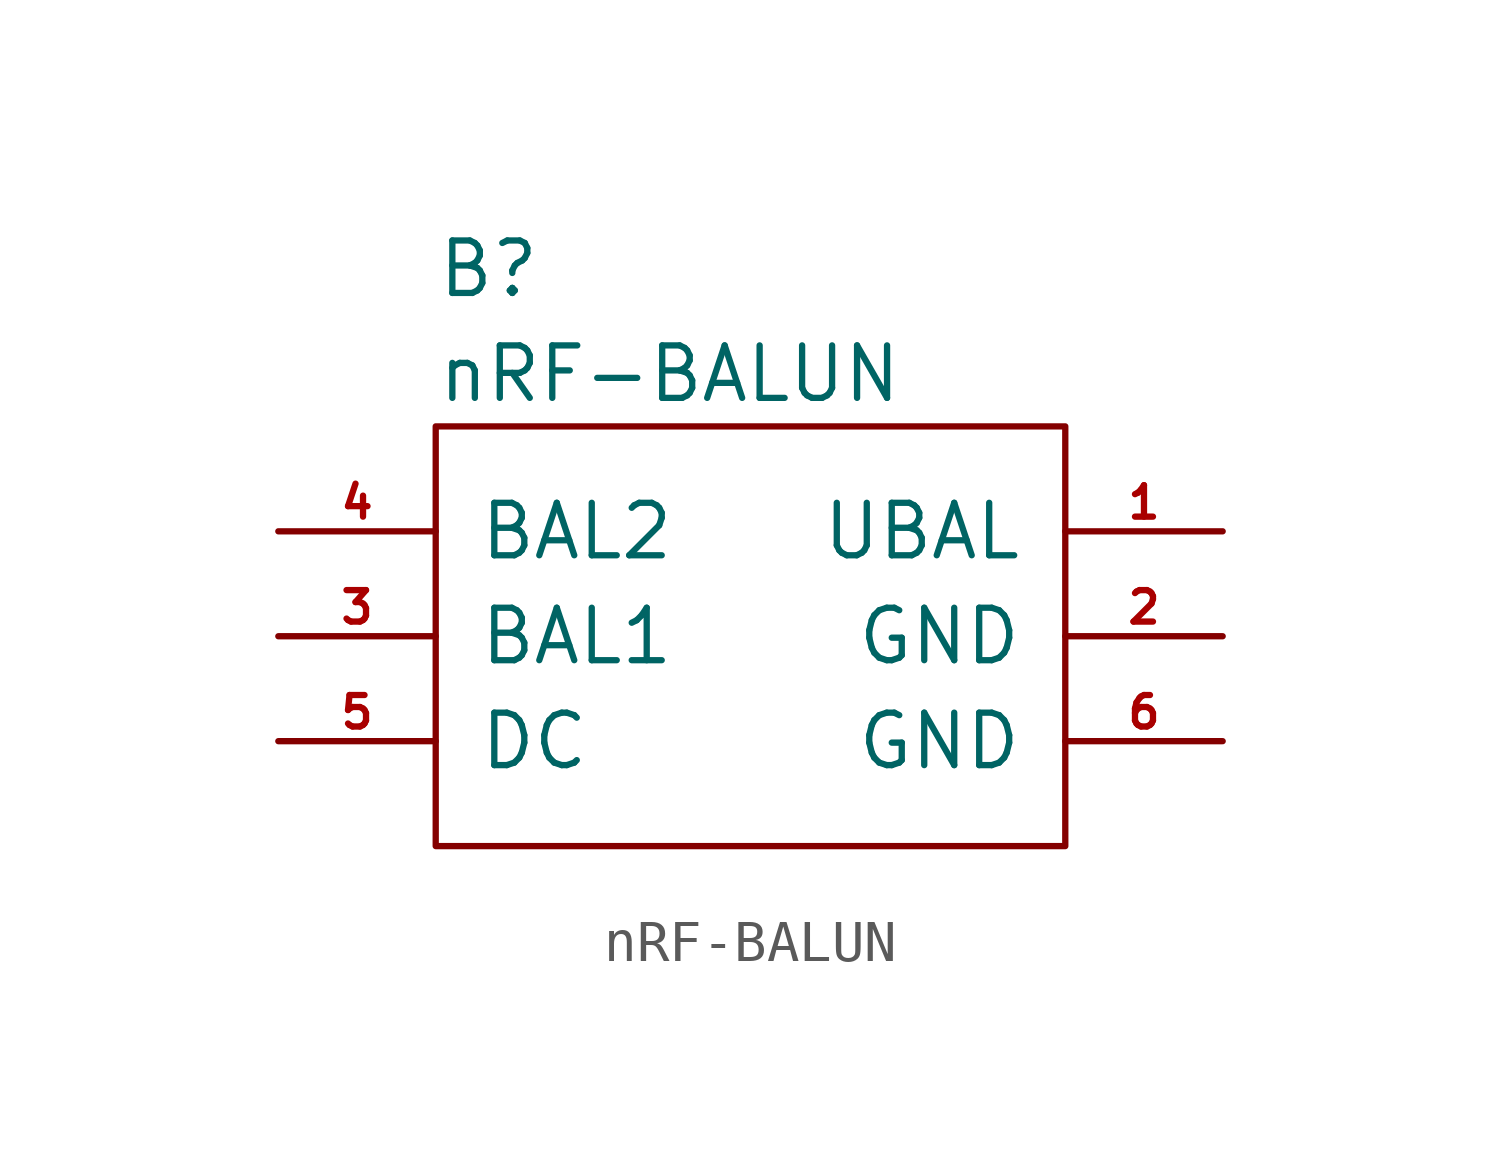
<source format=kicad_sym>
(kicad_symbol_lib
  (version 20211014)
  (generator kicad_symbol_editor)
  (symbol "nRF-BALUN"
    (pin_names
      (offset 1.016))
    (property "Reference" "B"
      (at -7.62 8.89 0)
      (effects (font (size 1.27 1.27)) (justify left)))
    (property "Value" "nRF-BALUN"
      (at -7.62 6.35 0)
      (effects (font (size 1.27 1.27)) (justify left)))
    (symbol "nRF-BALUN_1_0"
      (rectangle (start -7.62 -5.08) (end 7.62 5.08) (stroke (width 0) (type default) (color 0 0 0 0)) (fill (type none))))
    (symbol "nRF-BALUN_1_1"
      (pin input line (at 11.43 2.54 180) (length 3.81) (name "UBAL" (effects (font (size 1.27 1.27)))) (number "1" (effects (font (size 0.762 0.762)))))
      (pin power_in line (at 11.43 0 180) (length 3.81) (name "GND" (effects (font (size 1.27 1.27)))) (number "2" (effects (font (size 0.762 0.762)))))
      (pin input line (at -11.43 0 0) (length 3.81) (name "BAL1" (effects (font (size 1.27 1.27)))) (number "3" (effects (font (size 0.762 0.762)))))
      (pin input line (at -11.43 2.54 0) (length 3.81) (name "BAL2" (effects (font (size 1.27 1.27)))) (number "4" (effects (font (size 0.762 0.762)))))
      (pin input line (at -11.43 -2.54 0) (length 3.81) (name "DC" (effects (font (size 1.27 1.27)))) (number "5" (effects (font (size 0.762 0.762)))))
      (pin power_in line (at 11.43 -2.54 180) (length 3.81) (name "GND" (effects (font (size 1.27 1.27)))) (number "6" (effects (font (size 0.762 0.762))))))))
</source>
